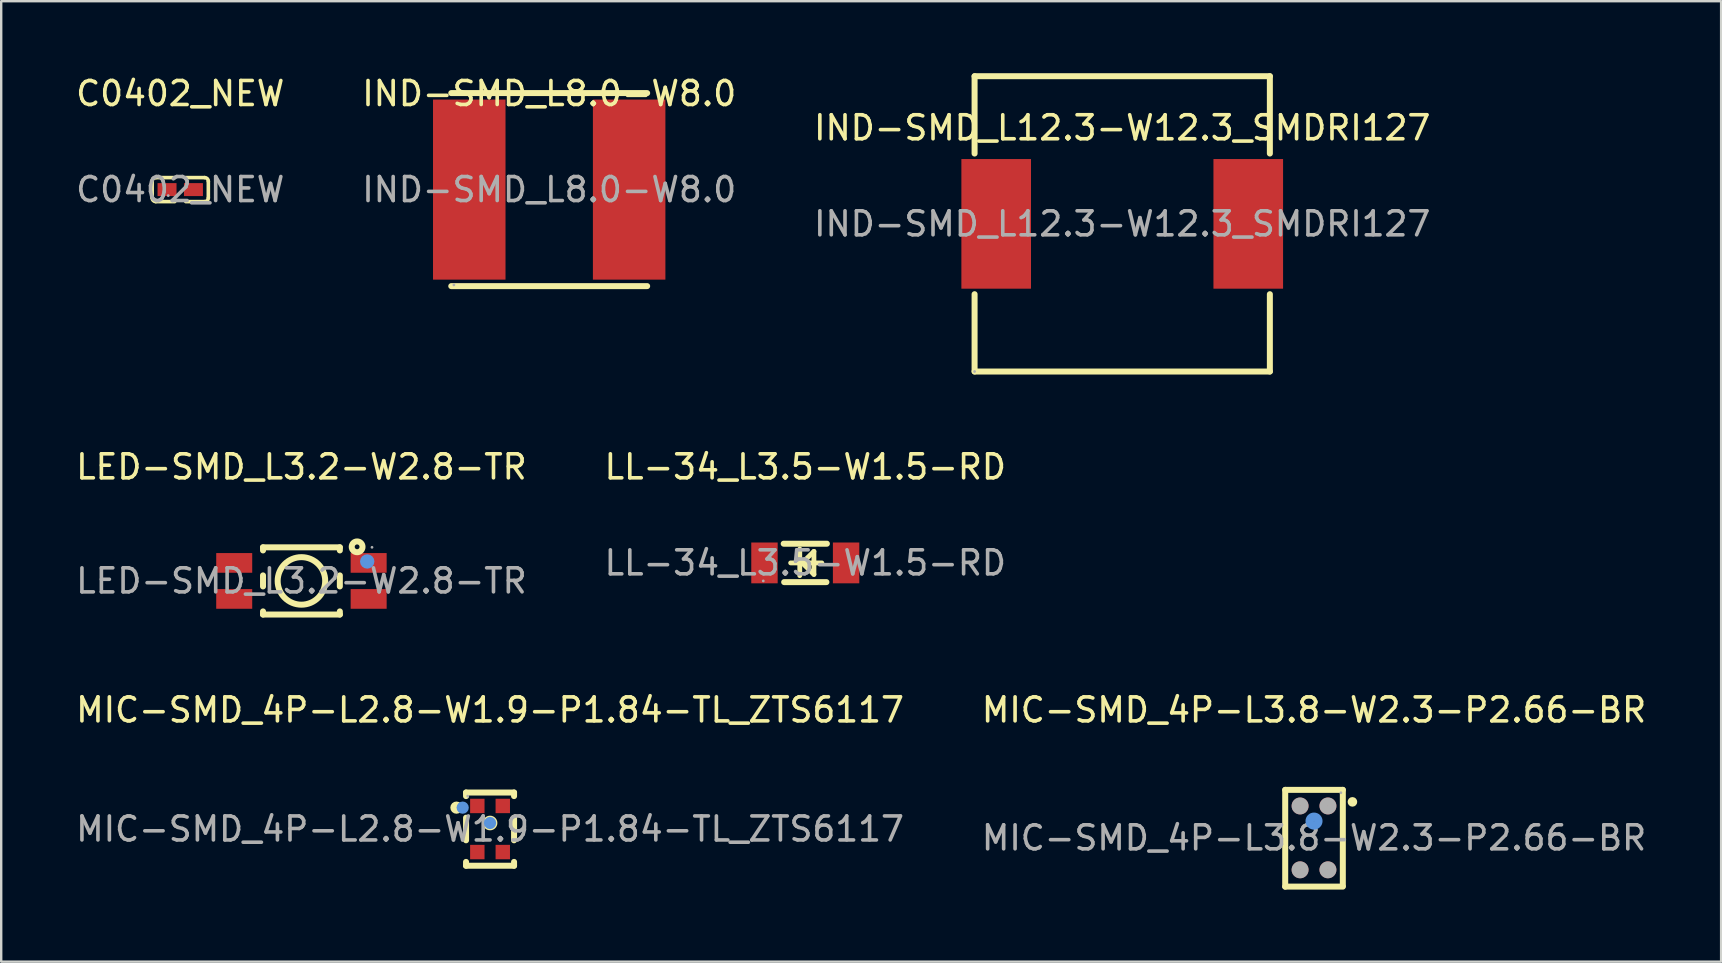
<source format=kicad_pcb>
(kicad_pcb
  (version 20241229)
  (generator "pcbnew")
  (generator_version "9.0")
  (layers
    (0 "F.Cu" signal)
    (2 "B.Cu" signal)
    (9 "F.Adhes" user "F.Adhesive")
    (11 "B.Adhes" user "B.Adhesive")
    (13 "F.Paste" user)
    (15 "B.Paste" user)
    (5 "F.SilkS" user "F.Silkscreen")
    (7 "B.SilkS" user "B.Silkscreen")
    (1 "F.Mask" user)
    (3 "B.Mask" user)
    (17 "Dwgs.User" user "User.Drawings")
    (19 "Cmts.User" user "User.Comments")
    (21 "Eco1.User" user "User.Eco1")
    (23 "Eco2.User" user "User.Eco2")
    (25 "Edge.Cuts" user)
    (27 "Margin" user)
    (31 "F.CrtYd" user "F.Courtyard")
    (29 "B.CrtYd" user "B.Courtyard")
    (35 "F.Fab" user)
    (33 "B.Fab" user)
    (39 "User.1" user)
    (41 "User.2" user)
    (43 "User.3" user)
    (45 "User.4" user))
  (footprint "MIC-SMD_4P-L3.8-W2.3-P2.66-BR"
    (layer "F.Cu")
    (at 51.685 31.852)
    (property "Reference" "MIC-SMD_4P-L3.8-W2.3-P2.66-BR" (at 0 -5.33 0) (layer "F.SilkS") (effects (font (size 1 1) (thickness 0.15))))
    (attr smd)
    (fp_line (start -1.2 -2) (end -1.2 2.03) (stroke (width 0.25) (type solid)) (layer "F.SilkS"))
    (fp_line (start -1.2 -2) (end 1.2 -2) (stroke (width 0.25) (type solid)) (layer "F.SilkS"))
    (fp_line (start -1.2 2.03) (end 1.2 2.03) (stroke (width 0.25) (type solid)) (layer "F.SilkS"))
    (fp_line (start 1.2 -2) (end 1.2 2) (stroke (width 0.25) (type solid)) (layer "F.SilkS"))
    (fp_circle (center 1.6 -1.5) (end 1.7 -1.5) (stroke (width 0.2) (type solid)) (fill no) (layer "F.SilkS"))
    (fp_circle (center 0 -0.7) (end 0.18 -0.7) (stroke (width 0.35) (type solid)) (fill no) (layer "Cmts.User"))
    (fp_circle (center -0.58 -1.33) (end -0.4 -1.33) (stroke (width 0.35) (type solid)) (fill no) (layer "F.Fab"))
    (fp_circle (center -0.58 1.33) (end -0.4 1.33) (stroke (width 0.35) (type solid)) (fill no) (layer "F.Fab"))
    (fp_circle (center 0.58 -1.33) (end 0.76 -1.33) (stroke (width 0.35) (type solid)) (fill no) (layer "F.Fab"))
    (fp_circle (center 0.58 1.33) (end 0.76 1.33) (stroke (width 0.35) (type solid)) (fill no) (layer "F.Fab"))
    (fp_circle (center 1.12 -1.88) (end 1.15 -1.88) (stroke (width 0.06) (type solid)) (fill no) (layer "F.Fab"))
    (fp_text user "${REFERENCE}" (at 0 0 0) (layer "F.Fab") (effects (font (size 1 1) (thickness 0.15))))
    (pad "1" smd circle (at 0.58 -1.33) (size 0.7 0.7) (layers "F.Cu" "F.Mask" "F.Paste"))
    (pad "2" smd circle (at 0.58 1.33) (size 0.7 0.7) (layers "F.Cu" "F.Mask" "F.Paste"))
    (pad "3" smd circle (at -0.58 1.33) (size 0.7 0.7) (layers "F.Cu" "F.Mask" "F.Paste"))
    (pad "4" smd circle (at -0.58 -1.33) (size 0.7 0.7) (layers "F.Cu" "F.Mask" "F.Paste")))
  (footprint "LL-34_L3.5-W1.5-RD"
    (layer "F.Cu")
    (at 30.494 20.398)
    (property "Reference" "LL-34_L3.5-W1.5-RD" (at 0 -4 0) (layer "F.SilkS") (effects (font (size 1 1) (thickness 0.15))))
    (attr smd)
    (fp_line (start -0.9 -0.8) (end 0.9 -0.8) (stroke (width 0.25) (type solid)) (layer "F.SilkS"))
    (fp_line (start -0.88 0.8) (end 0.88 0.8) (stroke (width 0.25) (type solid)) (layer "F.SilkS"))
    (fp_line (start -0.61 0) (end 0.69 0) (stroke (width 0.2) (type solid)) (layer "F.SilkS"))
    (fp_line (start -0.23 -0.58) (end -0.23 0.53) (stroke (width 0.2) (type solid)) (layer "F.SilkS"))
    (fp_line (start -0.13 0) (end 0.36 -0.48) (stroke (width 0.2) (type solid)) (layer "F.SilkS"))
    (fp_line (start 0.36 -0.48) (end 0.36 0.48) (stroke (width 0.2) (type solid)) (layer "F.SilkS"))
    (fp_line (start 0.36 0.48) (end -0.1 0.03) (stroke (width 0.2) (type solid)) (layer "F.SilkS"))
    (fp_circle (center -1.75 0.75) (end -1.72 0.75) (stroke (width 0.06) (type solid)) (fill no) (layer "F.Fab"))
    (fp_text user "${REFERENCE}" (at 0 0 0) (layer "F.Fab") (effects (font (size 1 1) (thickness 0.15))))
    (pad "1" smd rect (at -1.7 0 180) (size 1.1 1.7) (layers "F.Cu" "F.Mask" "F.Paste"))
    (pad "2" smd rect (at 1.7 0 180) (size 1.1 1.7) (layers "F.Cu" "F.Mask" "F.Paste")))
  (footprint "MIC-SMD_4P-L2.8-W1.9-P1.84-TL_ZTS6117"
    (layer "F.Cu")
    (at 17.363 31.482)
    (property "Reference" "MIC-SMD_4P-L2.8-W1.9-P1.84-TL_ZTS6117" (at 0 -4.96 0) (layer "F.SilkS") (effects (font (size 1 1) (thickness 0.15))))
    (attr smd)
    (fp_line (start -1 -1.52) (end -1 -1.37) (stroke (width 0.25) (type solid)) (layer "F.SilkS"))
    (fp_line (start -1 -1.52) (end 1 -1.52) (stroke (width 0.25) (type solid)) (layer "F.SilkS"))
    (fp_line (start -1 -0.47) (end -1 0.47) (stroke (width 0.25) (type solid)) (layer "F.SilkS"))
    (fp_line (start -1 1.37) (end -1 1.53) (stroke (width 0.25) (type solid)) (layer "F.SilkS"))
    (fp_line (start -1 1.53) (end 1 1.53) (stroke (width 0.25) (type solid)) (layer "F.SilkS"))
    (fp_line (start 1 -1.52) (end 1 -1.37) (stroke (width 0.25) (type solid)) (layer "F.SilkS"))
    (fp_line (start 1 -0.47) (end 1 0.47) (stroke (width 0.25) (type solid)) (layer "F.SilkS"))
    (fp_line (start 1 1.37) (end 1 1.53) (stroke (width 0.25) (type solid)) (layer "F.SilkS"))
    (fp_circle (center -1.4 -0.89) (end -1.27 -0.89) (stroke (width 0.25) (type solid)) (fill no) (layer "F.SilkS"))
    (fp_circle (center 0 -0.25) (end 0.18 -0.25) (stroke (width 0.25) (type solid)) (fill no) (layer "F.SilkS"))
    (fp_circle (center -1.14 -0.89) (end -1.01 -0.89) (stroke (width 0.25) (type solid)) (fill no) (layer "Cmts.User"))
    (fp_circle (center 0 -0.25) (end 0.13 -0.25) (stroke (width 0.25) (type solid)) (fill no) (layer "Cmts.User"))
    (fp_circle (center -0.93 -1.37) (end -0.9 -1.37) (stroke (width 0.06) (type solid)) (fill no) (layer "F.Fab"))
    (fp_text user "${REFERENCE}" (at 0 0 0) (layer "F.Fab") (effects (font (size 1 1) (thickness 0.15))))
    (pad "1" smd rect (at -0.53 -0.96) (size 0.6 0.6) (layers "F.Cu" "F.Mask" "F.Paste"))
    (pad "2" smd rect (at -0.53 0.96) (size 0.6 0.6) (layers "F.Cu" "F.Mask" "F.Paste"))
    (pad "3" smd rect (at 0.53 0.96) (size 0.6 0.6) (layers "F.Cu" "F.Mask" "F.Paste"))
    (pad "4" smd rect (at 0.53 -0.96) (size 0.6 0.6) (layers "F.Cu" "F.Mask" "F.Paste")))
  (footprint "C0402_NEW"
    (layer "F.Cu")
    (at 4.458 4.848)
    (property "Reference" "C0402_NEW" (at 0 -4 0) (layer "F.SilkS") (effects (font (size 1 1) (thickness 0.15))))
    (attr smd)
    (fp_line (start -1.17 0.35) (end -1.17 -0.35) (stroke (width 0.15) (type solid)) (layer "F.SilkS"))
    (fp_line (start -1.02 -0.5) (end -0.23 -0.5) (stroke (width 0.15) (type solid)) (layer "F.SilkS"))
    (fp_line (start -0.23 0.5) (end -1.02 0.5) (stroke (width 0.15) (type solid)) (layer "F.SilkS"))
    (fp_line (start 0.23 0.5) (end 1.02 0.5) (stroke (width 0.15) (type solid)) (layer "F.SilkS"))
    (fp_line (start 1.02 -0.5) (end 0.23 -0.5) (stroke (width 0.15) (type solid)) (layer "F.SilkS"))
    (fp_line (start 1.17 0.35) (end 1.17 -0.35) (stroke (width 0.15) (type solid)) (layer "F.SilkS"))
    (fp_arc (start -1.17 -0.35) (mid -1.126066 -0.456066) (end -1.02 -0.5) (stroke (width 0.15) (type solid)) (layer "F.SilkS"))
    (fp_arc (start -1.02 0.5) (mid -1.126066 0.456066) (end -1.17 0.35) (stroke (width 0.15) (type solid)) (layer "F.SilkS"))
    (fp_arc (start 1.02 -0.5) (mid 1.126066 -0.456066) (end 1.17 -0.35) (stroke (width 0.15) (type solid)) (layer "F.SilkS"))
    (fp_arc (start 1.17 0.35) (mid 1.126066 0.456066) (end 1.02 0.5) (stroke (width 0.15) (type solid)) (layer "F.SilkS"))
    (fp_circle (center -0.5 0.25) (end -0.47 0.25) (stroke (width 0.06) (type solid)) (fill no) (layer "F.Fab"))
    (fp_text user "${REFERENCE}" (at 0 0 0) (layer "F.Fab") (effects (font (size 1 1) (thickness 0.15))))
    (pad "1" smd rect (at -0.55 0) (size 0.79 0.54) (layers "F.Cu" "F.Mask" "F.Paste"))
    (pad "2" smd rect (at 0.55 0) (size 0.79 0.54) (layers "F.Cu" "F.Mask" "F.Paste")))
  (footprint "LED-SMD_L3.2-W2.8-TR"
    (layer "F.Cu")
    (at 9.506 21.148)
    (property "Reference" "LED-SMD_L3.2-W2.8-TR" (at 0 -4.75 0) (layer "F.SilkS") (effects (font (size 1 1) (thickness 0.15))))
    (attr smd)
    (fp_line (start -1.6 -1.4) (end -1.6 -1.27) (stroke (width 0.25) (type solid)) (layer "F.SilkS"))
    (fp_line (start -1.6 -1.4) (end 1.6 -1.4) (stroke (width 0.25) (type solid)) (layer "F.SilkS"))
    (fp_line (start -1.6 -0.23) (end -1.6 0.23) (stroke (width 0.25) (type solid)) (layer "F.SilkS"))
    (fp_line (start -1.6 1.27) (end -1.6 1.4) (stroke (width 0.25) (type solid)) (layer "F.SilkS"))
    (fp_line (start -1.6 1.4) (end 1.6 1.4) (stroke (width 0.25) (type solid)) (layer "F.SilkS"))
    (fp_line (start 1.6 -1.4) (end 1.6 -1.27) (stroke (width 0.25) (type solid)) (layer "F.SilkS"))
    (fp_line (start 1.6 -0.23) (end 1.6 0.23) (stroke (width 0.25) (type solid)) (layer "F.SilkS"))
    (fp_line (start 1.6 1.27) (end 1.6 1.4) (stroke (width 0.25) (type solid)) (layer "F.SilkS"))
    (fp_circle (center 0 0) (end 0.99 0) (stroke (width 0.25) (type solid)) (fill no) (layer "F.SilkS"))
    (fp_circle (center 2.32 -1.42) (end 2.42 -1.42) (stroke (width 0.25) (type solid)) (fill no) (layer "F.SilkS"))
    (fp_circle (center 2.74 -0.81) (end 2.89 -0.81) (stroke (width 0.3) (type solid)) (fill no) (layer "Cmts.User"))
    (fp_circle (center 2.94 -1.4) (end 2.97 -1.4) (stroke (width 0.06) (type solid)) (fill no) (layer "F.Fab"))
    (fp_text user "${REFERENCE}" (at 0 0 0) (layer "F.Fab") (effects (font (size 1 1) (thickness 0.15))))
    (pad "1" smd rect (at 2.8 -0.75 90) (size 0.82 1.5) (layers "F.Cu" "F.Mask" "F.Paste"))
    (pad "2" smd rect (at 2.8 0.75 90) (size 0.82 1.5) (layers "F.Cu" "F.Mask" "F.Paste"))
    (pad "3" smd rect (at -2.8 0.75 90) (size 0.82 1.5) (layers "F.Cu" "F.Mask" "F.Paste"))
    (pad "4" smd rect (at -2.8 -0.75 90) (size 0.82 1.5) (layers "F.Cu" "F.Mask" "F.Paste")))
  (footprint "IND-SMD_L8.0-W8.0"
    (layer "F.Cu")
    (at 19.827 4.848)
    (property "Reference" "IND-SMD_L8.0-W8.0" (at 0 -4 0) (layer "F.SilkS") (effects (font (size 1 1) (thickness 0.15))))
    (attr smd)
    (fp_line (start -4.08 -4.02) (end 4.08 -4.02) (stroke (width 0.25) (type solid)) (layer "F.SilkS"))
    (fp_line (start -4.08 4.02) (end 4.08 4.02) (stroke (width 0.25) (type solid)) (layer "F.SilkS"))
    (fp_circle (center -3.97 3.97) (end -3.94 3.97) (stroke (width 0.06) (type solid)) (fill no) (layer "F.Fab"))
    (fp_text user "${REFERENCE}" (at 0 0 0) (layer "F.Fab") (effects (font (size 1 1) (thickness 0.15))))
    (pad "1" smd rect (at 3.33 0) (size 3.02 7.5) (layers "F.Cu" "F.Mask" "F.Paste"))
    (pad "2" smd rect (at -3.33 0) (size 3.02 7.5) (layers "F.Cu" "F.Mask" "F.Paste")))
  (footprint "IND-SMD_L12.3-W12.3_SMDRI127"
    (layer "F.Cu")
    (at 43.696 6.275)
    (property "Reference" "IND-SMD_L12.3-W12.3_SMDRI127" (at 0 -4 0) (layer "F.SilkS") (effects (font (size 1 1) (thickness 0.15))))
    (attr smd)
    (fp_line (start -6.15 -6.15) (end -6.15 -2.93) (stroke (width 0.25) (type solid)) (layer "F.SilkS"))
    (fp_line (start -6.15 -6.15) (end 6.15 -6.15) (stroke (width 0.25) (type solid)) (layer "F.SilkS"))
    (fp_line (start -6.15 2.93) (end -6.15 6.15) (stroke (width 0.25) (type solid)) (layer "F.SilkS"))
    (fp_line (start -6.15 6.15) (end 6.15 6.15) (stroke (width 0.25) (type solid)) (layer "F.SilkS"))
    (fp_line (start 6.15 -2.93) (end 6.15 -6.15) (stroke (width 0.25) (type solid)) (layer "F.SilkS"))
    (fp_line (start 6.15 6.15) (end 6.15 2.93) (stroke (width 0.25) (type solid)) (layer "F.SilkS"))
    (fp_circle (center -6.15 6.15) (end -6.12 6.15) (stroke (width 0.06) (type solid)) (fill no) (layer "F.Fab"))
    (fp_text user "${REFERENCE}" (at 0 0 0) (layer "F.Fab") (effects (font (size 1 1) (thickness 0.15))))
    (pad "1" smd rect (at -5.25 0) (size 2.9 5.4) (layers "F.Cu" "F.Mask" "F.Paste"))
    (pad "2" smd rect (at 5.25 0) (size 2.9 5.4) (layers "F.Cu" "F.Mask" "F.Paste")))
  (gr_rect
    (start -3 -3)
    (end 68.643 37.007)
    (stroke (width 0.1) (type default))
    (fill no)
    (layer "Edge.Cuts")))
</source>
